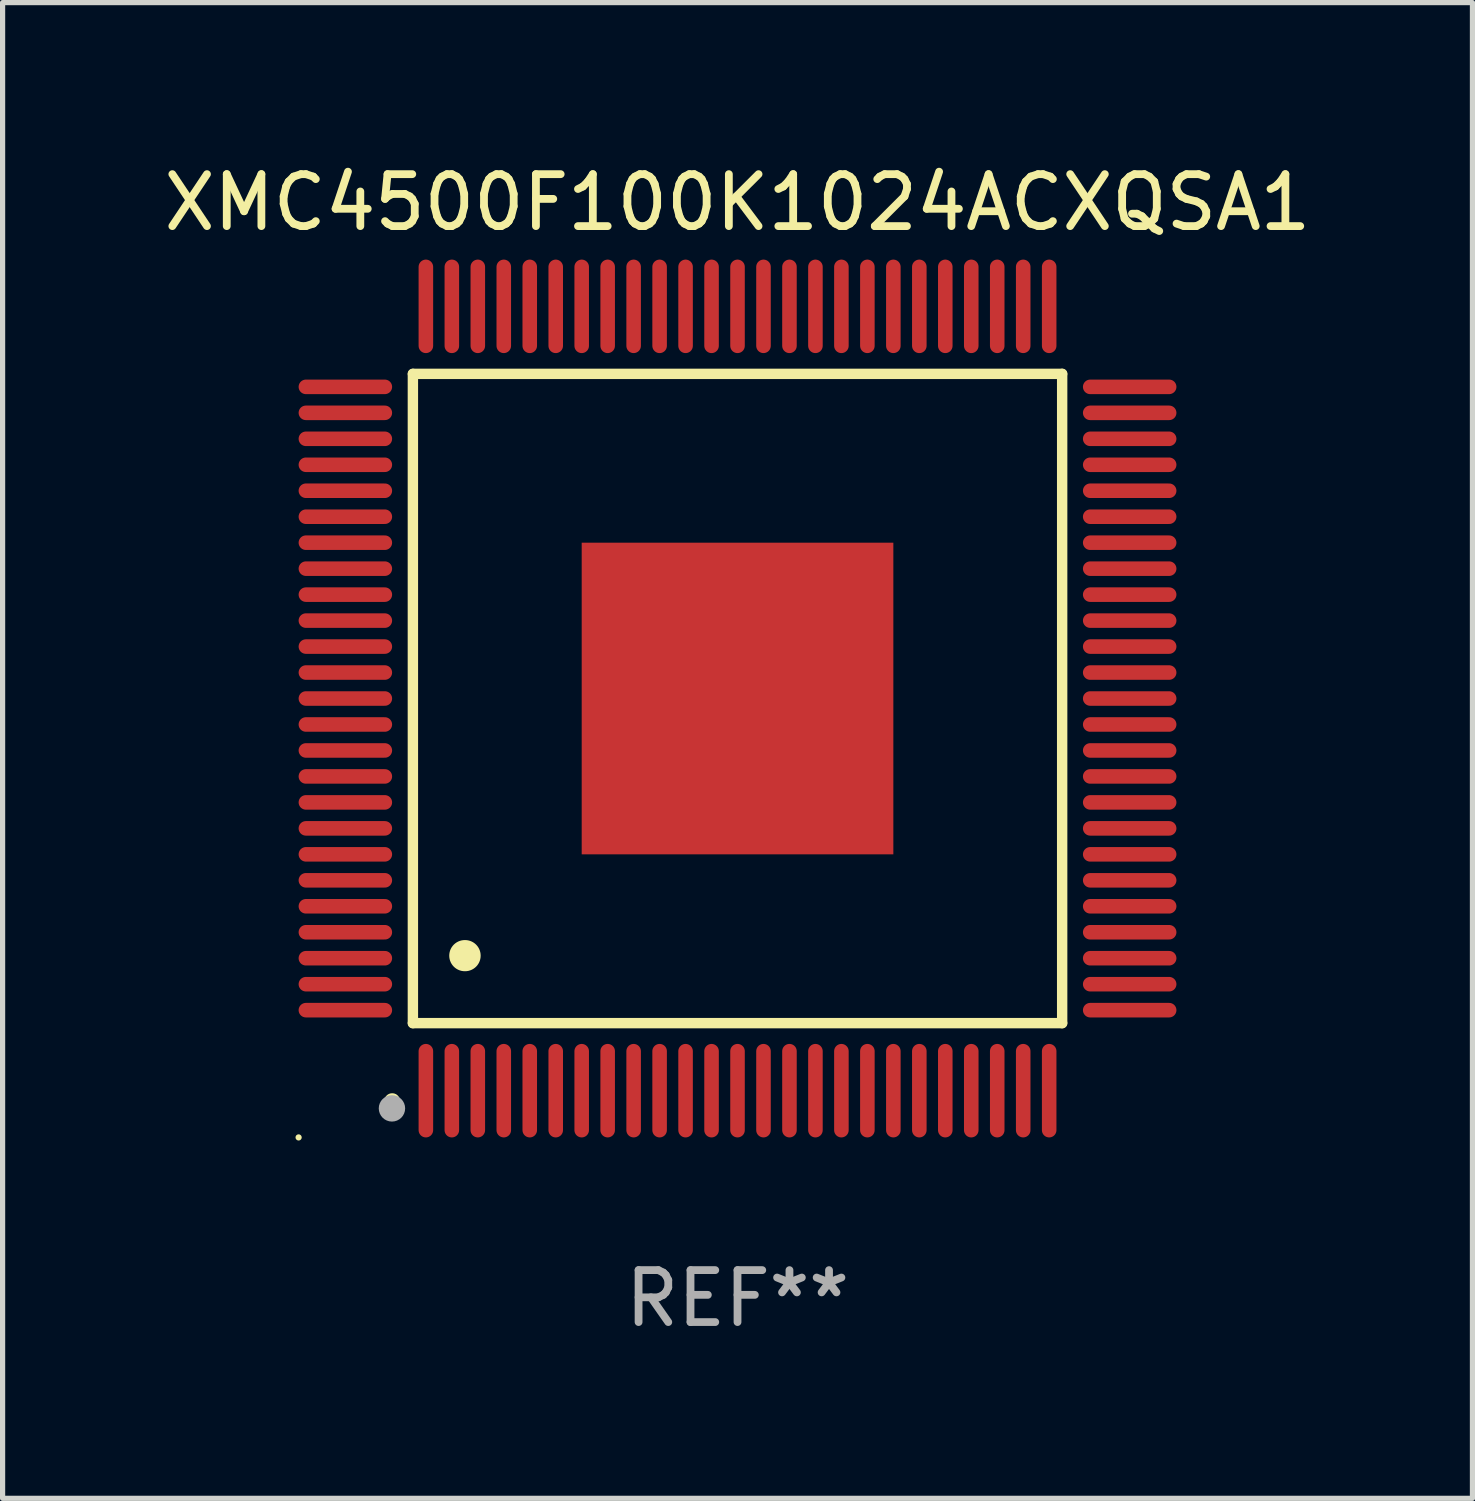
<source format=kicad_pcb>
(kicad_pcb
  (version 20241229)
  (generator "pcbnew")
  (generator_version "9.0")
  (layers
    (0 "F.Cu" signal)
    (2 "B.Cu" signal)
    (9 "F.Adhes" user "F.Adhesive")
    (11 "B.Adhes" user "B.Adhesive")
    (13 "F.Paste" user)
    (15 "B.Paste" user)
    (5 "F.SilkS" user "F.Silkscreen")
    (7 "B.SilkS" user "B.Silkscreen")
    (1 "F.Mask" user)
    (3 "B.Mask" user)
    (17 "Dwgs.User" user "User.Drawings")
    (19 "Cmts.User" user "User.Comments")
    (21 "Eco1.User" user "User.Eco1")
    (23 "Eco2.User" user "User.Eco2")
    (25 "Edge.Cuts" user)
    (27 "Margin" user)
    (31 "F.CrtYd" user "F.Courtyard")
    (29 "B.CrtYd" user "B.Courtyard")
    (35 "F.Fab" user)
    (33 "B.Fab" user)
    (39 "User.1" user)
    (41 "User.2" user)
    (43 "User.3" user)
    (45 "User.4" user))
  (footprint "XMC4500F100K1024ACXQSA1"
    (layer "F.Cu")
    (at 11.149 10.398)
    (property "Reference" "XMC4500F100K1024ACXQSA1" (at 0 -9.55 0) (layer "F.SilkS") (effects (font (size 1 1) (thickness 0.15))))
    (attr through_hole)
    (fp_line (start -6.25 -6.25) (end -6.25 6.25) (stroke (width 0.2) (type solid)) (layer "F.SilkS"))
    (fp_line (start -6.25 6.25) (end 6.25 6.25) (stroke (width 0.2) (type solid)) (layer "F.SilkS"))
    (fp_line (start 6.25 -6.25) (end -6.25 -6.25) (stroke (width 0.2) (type solid)) (layer "F.SilkS"))
    (fp_line (start 6.25 6.25) (end 6.25 -6.25) (stroke (width 0.2) (type solid)) (layer "F.SilkS"))
    (fp_arc (start -6.649733 7.749555) (mid -6.648463 7.74955) (end -6.647193 7.749555) (stroke (width 0.3) (type solid)) (layer "F.SilkS"))
    (fp_arc (start -5.250191 4.95047) (mid -5.247651 4.950459) (end -5.245111 4.95047) (stroke (width 0.6) (type solid)) (layer "F.SilkS"))
    (fp_circle (center -8.45 8.45) (end -8.42 8.45) (stroke (width 0.06) (type solid)) (fill no) (layer "F.SilkS"))
    (fp_circle (center -6.653 7.891) (end -6.526 7.891) (stroke (width 0.254) (type solid)) (fill no) (layer "F.Fab"))
    (fp_text user "REF**" (at 0 11.55 0) (layer "F.Fab") (effects (font (size 1 1) (thickness 0.15))))
    (pad "1" smd oval (at -6 7.55 180) (size 0.28 1.8) (layers "F.Cu" "F.Mask" "F.Paste"))
    (pad "2" smd oval (at -5.5 7.55 180) (size 0.28 1.8) (layers "F.Cu" "F.Mask" "F.Paste"))
    (pad "3" smd oval (at -5 7.55 180) (size 0.28 1.8) (layers "F.Cu" "F.Mask" "F.Paste"))
    (pad "4" smd oval (at -4.5 7.55 180) (size 0.28 1.8) (layers "F.Cu" "F.Mask" "F.Paste"))
    (pad "5" smd oval (at -4 7.55 180) (size 0.28 1.8) (layers "F.Cu" "F.Mask" "F.Paste"))
    (pad "6" smd oval (at -3.5 7.55 180) (size 0.28 1.8) (layers "F.Cu" "F.Mask" "F.Paste"))
    (pad "7" smd oval (at -3 7.55 180) (size 0.28 1.8) (layers "F.Cu" "F.Mask" "F.Paste"))
    (pad "8" smd oval (at -2.5 7.55 180) (size 0.28 1.8) (layers "F.Cu" "F.Mask" "F.Paste"))
    (pad "9" smd oval (at -2 7.55 180) (size 0.28 1.8) (layers "F.Cu" "F.Mask" "F.Paste"))
    (pad "10" smd oval (at -1.5 7.55 180) (size 0.28 1.8) (layers "F.Cu" "F.Mask" "F.Paste"))
    (pad "11" smd oval (at -1 7.55 180) (size 0.28 1.8) (layers "F.Cu" "F.Mask" "F.Paste"))
    (pad "12" smd oval (at -0.5 7.55 180) (size 0.28 1.8) (layers "F.Cu" "F.Mask" "F.Paste"))
    (pad "13" smd oval (at 0 7.55 180) (size 0.28 1.8) (layers "F.Cu" "F.Mask" "F.Paste"))
    (pad "14" smd oval (at 0.5 7.55 180) (size 0.28 1.8) (layers "F.Cu" "F.Mask" "F.Paste"))
    (pad "15" smd oval (at 1 7.55 180) (size 0.28 1.8) (layers "F.Cu" "F.Mask" "F.Paste"))
    (pad "16" smd oval (at 1.5 7.55 180) (size 0.28 1.8) (layers "F.Cu" "F.Mask" "F.Paste"))
    (pad "17" smd oval (at 2 7.55 180) (size 0.28 1.8) (layers "F.Cu" "F.Mask" "F.Paste"))
    (pad "18" smd oval (at 2.5 7.55 180) (size 0.28 1.8) (layers "F.Cu" "F.Mask" "F.Paste"))
    (pad "19" smd oval (at 3 7.55 180) (size 0.28 1.8) (layers "F.Cu" "F.Mask" "F.Paste"))
    (pad "20" smd oval (at 3.5 7.55 180) (size 0.28 1.8) (layers "F.Cu" "F.Mask" "F.Paste"))
    (pad "21" smd oval (at 4 7.55 180) (size 0.28 1.8) (layers "F.Cu" "F.Mask" "F.Paste"))
    (pad "22" smd oval (at 4.5 7.55 180) (size 0.28 1.8) (layers "F.Cu" "F.Mask" "F.Paste"))
    (pad "23" smd oval (at 5 7.55 180) (size 0.28 1.8) (layers "F.Cu" "F.Mask" "F.Paste"))
    (pad "24" smd oval (at 5.5 7.55 180) (size 0.28 1.8) (layers "F.Cu" "F.Mask" "F.Paste"))
    (pad "25" smd oval (at 6 7.55 180) (size 0.28 1.8) (layers "F.Cu" "F.Mask" "F.Paste"))
    (pad "26" smd oval (at 7.55 6 90) (size 0.28 1.8) (layers "F.Cu" "F.Mask" "F.Paste"))
    (pad "27" smd oval (at 7.55 5.5 90) (size 0.28 1.8) (layers "F.Cu" "F.Mask" "F.Paste"))
    (pad "28" smd oval (at 7.55 5 90) (size 0.28 1.8) (layers "F.Cu" "F.Mask" "F.Paste"))
    (pad "29" smd oval (at 7.55 4.5 90) (size 0.28 1.8) (layers "F.Cu" "F.Mask" "F.Paste"))
    (pad "30" smd oval (at 7.55 4 90) (size 0.28 1.8) (layers "F.Cu" "F.Mask" "F.Paste"))
    (pad "31" smd oval (at 7.55 3.5 90) (size 0.28 1.8) (layers "F.Cu" "F.Mask" "F.Paste"))
    (pad "32" smd oval (at 7.55 3 90) (size 0.28 1.8) (layers "F.Cu" "F.Mask" "F.Paste"))
    (pad "33" smd oval (at 7.55 2.5 90) (size 0.28 1.8) (layers "F.Cu" "F.Mask" "F.Paste"))
    (pad "34" smd oval (at 7.55 2 90) (size 0.28 1.8) (layers "F.Cu" "F.Mask" "F.Paste"))
    (pad "35" smd oval (at 7.55 1.5 90) (size 0.28 1.8) (layers "F.Cu" "F.Mask" "F.Paste"))
    (pad "36" smd oval (at 7.55 1 90) (size 0.28 1.8) (layers "F.Cu" "F.Mask" "F.Paste"))
    (pad "37" smd oval (at 7.55 0.5 90) (size 0.28 1.8) (layers "F.Cu" "F.Mask" "F.Paste"))
    (pad "38" smd oval (at 7.55 0 90) (size 0.28 1.8) (layers "F.Cu" "F.Mask" "F.Paste"))
    (pad "39" smd oval (at 7.55 -0.5 90) (size 0.28 1.8) (layers "F.Cu" "F.Mask" "F.Paste"))
    (pad "40" smd oval (at 7.55 -1 90) (size 0.28 1.8) (layers "F.Cu" "F.Mask" "F.Paste"))
    (pad "41" smd oval (at 7.55 -1.5 90) (size 0.28 1.8) (layers "F.Cu" "F.Mask" "F.Paste"))
    (pad "42" smd oval (at 7.55 -2 90) (size 0.28 1.8) (layers "F.Cu" "F.Mask" "F.Paste"))
    (pad "43" smd oval (at 7.55 -2.5 90) (size 0.28 1.8) (layers "F.Cu" "F.Mask" "F.Paste"))
    (pad "44" smd oval (at 7.55 -3 90) (size 0.28 1.8) (layers "F.Cu" "F.Mask" "F.Paste"))
    (pad "45" smd oval (at 7.55 -3.5 90) (size 0.28 1.8) (layers "F.Cu" "F.Mask" "F.Paste"))
    (pad "46" smd oval (at 7.55 -4 90) (size 0.28 1.8) (layers "F.Cu" "F.Mask" "F.Paste"))
    (pad "47" smd oval (at 7.55 -4.5 90) (size 0.28 1.8) (layers "F.Cu" "F.Mask" "F.Paste"))
    (pad "48" smd oval (at 7.55 -5 90) (size 0.28 1.8) (layers "F.Cu" "F.Mask" "F.Paste"))
    (pad "49" smd oval (at 7.55 -5.5 90) (size 0.28 1.8) (layers "F.Cu" "F.Mask" "F.Paste"))
    (pad "50" smd oval (at 7.55 -6 90) (size 0.28 1.8) (layers "F.Cu" "F.Mask" "F.Paste"))
    (pad "51" smd oval (at 6 -7.55 180) (size 0.28 1.8) (layers "F.Cu" "F.Mask" "F.Paste"))
    (pad "52" smd oval (at 5.5 -7.55 180) (size 0.28 1.8) (layers "F.Cu" "F.Mask" "F.Paste"))
    (pad "53" smd oval (at 5 -7.55 180) (size 0.28 1.8) (layers "F.Cu" "F.Mask" "F.Paste"))
    (pad "54" smd oval (at 4.5 -7.55 180) (size 0.28 1.8) (layers "F.Cu" "F.Mask" "F.Paste"))
    (pad "55" smd oval (at 4 -7.55 180) (size 0.28 1.8) (layers "F.Cu" "F.Mask" "F.Paste"))
    (pad "56" smd oval (at 3.5 -7.55 180) (size 0.28 1.8) (layers "F.Cu" "F.Mask" "F.Paste"))
    (pad "57" smd oval (at 3 -7.55 180) (size 0.28 1.8) (layers "F.Cu" "F.Mask" "F.Paste"))
    (pad "58" smd oval (at 2.5 -7.55 180) (size 0.28 1.8) (layers "F.Cu" "F.Mask" "F.Paste"))
    (pad "59" smd oval (at 2 -7.55 180) (size 0.28 1.8) (layers "F.Cu" "F.Mask" "F.Paste"))
    (pad "60" smd oval (at 1.5 -7.55 180) (size 0.28 1.8) (layers "F.Cu" "F.Mask" "F.Paste"))
    (pad "61" smd oval (at 1 -7.55 180) (size 0.28 1.8) (layers "F.Cu" "F.Mask" "F.Paste"))
    (pad "62" smd oval (at 0.5 -7.55 180) (size 0.28 1.8) (layers "F.Cu" "F.Mask" "F.Paste"))
    (pad "63" smd oval (at 0 -7.55 180) (size 0.28 1.8) (layers "F.Cu" "F.Mask" "F.Paste"))
    (pad "64" smd oval (at -0.5 -7.55 180) (size 0.28 1.8) (layers "F.Cu" "F.Mask" "F.Paste"))
    (pad "65" smd oval (at -1 -7.55 180) (size 0.28 1.8) (layers "F.Cu" "F.Mask" "F.Paste"))
    (pad "66" smd oval (at -1.5 -7.55 180) (size 0.28 1.8) (layers "F.Cu" "F.Mask" "F.Paste"))
    (pad "67" smd oval (at -2 -7.55 180) (size 0.28 1.8) (layers "F.Cu" "F.Mask" "F.Paste"))
    (pad "68" smd oval (at -2.5 -7.55 180) (size 0.28 1.8) (layers "F.Cu" "F.Mask" "F.Paste"))
    (pad "69" smd oval (at -3 -7.55 180) (size 0.28 1.8) (layers "F.Cu" "F.Mask" "F.Paste"))
    (pad "70" smd oval (at -3.5 -7.55 180) (size 0.28 1.8) (layers "F.Cu" "F.Mask" "F.Paste"))
    (pad "71" smd oval (at -4 -7.55 180) (size 0.28 1.8) (layers "F.Cu" "F.Mask" "F.Paste"))
    (pad "72" smd oval (at -4.5 -7.55 180) (size 0.28 1.8) (layers "F.Cu" "F.Mask" "F.Paste"))
    (pad "73" smd oval (at -5 -7.55 180) (size 0.28 1.8) (layers "F.Cu" "F.Mask" "F.Paste"))
    (pad "74" smd oval (at -5.5 -7.55 180) (size 0.28 1.8) (layers "F.Cu" "F.Mask" "F.Paste"))
    (pad "75" smd oval (at -6 -7.55 180) (size 0.28 1.8) (layers "F.Cu" "F.Mask" "F.Paste"))
    (pad "76" smd oval (at -7.55 -6 90) (size 0.28 1.8) (layers "F.Cu" "F.Mask" "F.Paste"))
    (pad "77" smd oval (at -7.55 -5.5 90) (size 0.28 1.8) (layers "F.Cu" "F.Mask" "F.Paste"))
    (pad "78" smd oval (at -7.55 -5 90) (size 0.28 1.8) (layers "F.Cu" "F.Mask" "F.Paste"))
    (pad "79" smd oval (at -7.55 -4.5 90) (size 0.28 1.8) (layers "F.Cu" "F.Mask" "F.Paste"))
    (pad "80" smd oval (at -7.55 -4 90) (size 0.28 1.8) (layers "F.Cu" "F.Mask" "F.Paste"))
    (pad "81" smd oval (at -7.55 -3.5 90) (size 0.28 1.8) (layers "F.Cu" "F.Mask" "F.Paste"))
    (pad "82" smd oval (at -7.55 -3 90) (size 0.28 1.8) (layers "F.Cu" "F.Mask" "F.Paste"))
    (pad "83" smd oval (at -7.55 -2.5 90) (size 0.28 1.8) (layers "F.Cu" "F.Mask" "F.Paste"))
    (pad "84" smd oval (at -7.55 -2 90) (size 0.28 1.8) (layers "F.Cu" "F.Mask" "F.Paste"))
    (pad "85" smd oval (at -7.55 -1.5 90) (size 0.28 1.8) (layers "F.Cu" "F.Mask" "F.Paste"))
    (pad "86" smd oval (at -7.55 -1 90) (size 0.28 1.8) (layers "F.Cu" "F.Mask" "F.Paste"))
    (pad "87" smd oval (at -7.55 -0.5 90) (size 0.28 1.8) (layers "F.Cu" "F.Mask" "F.Paste"))
    (pad "88" smd oval (at -7.55 0 90) (size 0.28 1.8) (layers "F.Cu" "F.Mask" "F.Paste"))
    (pad "89" smd oval (at -7.55 0.5 90) (size 0.28 1.8) (layers "F.Cu" "F.Mask" "F.Paste"))
    (pad "90" smd oval (at -7.55 1 90) (size 0.28 1.8) (layers "F.Cu" "F.Mask" "F.Paste"))
    (pad "91" smd oval (at -7.55 1.5 90) (size 0.28 1.8) (layers "F.Cu" "F.Mask" "F.Paste"))
    (pad "92" smd oval (at -7.55 2 90) (size 0.28 1.8) (layers "F.Cu" "F.Mask" "F.Paste"))
    (pad "93" smd oval (at -7.55 2.5 90) (size 0.28 1.8) (layers "F.Cu" "F.Mask" "F.Paste"))
    (pad "94" smd oval (at -7.55 3 90) (size 0.28 1.8) (layers "F.Cu" "F.Mask" "F.Paste"))
    (pad "95" smd oval (at -7.55 3.5 90) (size 0.28 1.8) (layers "F.Cu" "F.Mask" "F.Paste"))
    (pad "96" smd oval (at -7.55 4 90) (size 0.28 1.8) (layers "F.Cu" "F.Mask" "F.Paste"))
    (pad "97" smd oval (at -7.55 4.5 90) (size 0.28 1.8) (layers "F.Cu" "F.Mask" "F.Paste"))
    (pad "98" smd oval (at -7.55 5 90) (size 0.28 1.8) (layers "F.Cu" "F.Mask" "F.Paste"))
    (pad "99" smd oval (at -7.55 5.5 90) (size 0.28 1.8) (layers "F.Cu" "F.Mask" "F.Paste"))
    (pad "100" smd oval (at -7.55 6 90) (size 0.28 1.8) (layers "F.Cu" "F.Mask" "F.Paste"))
    (pad "101" smd rect (at 0 0) (size 6 6) (layers "F.Cu" "F.Mask" "F.Paste")))
  (gr_rect
    (start -3 -3)
    (end 25.298 25.796)
    (stroke (width 0.1) (type default))
    (fill no)
    (layer "Edge.Cuts")))
</source>
